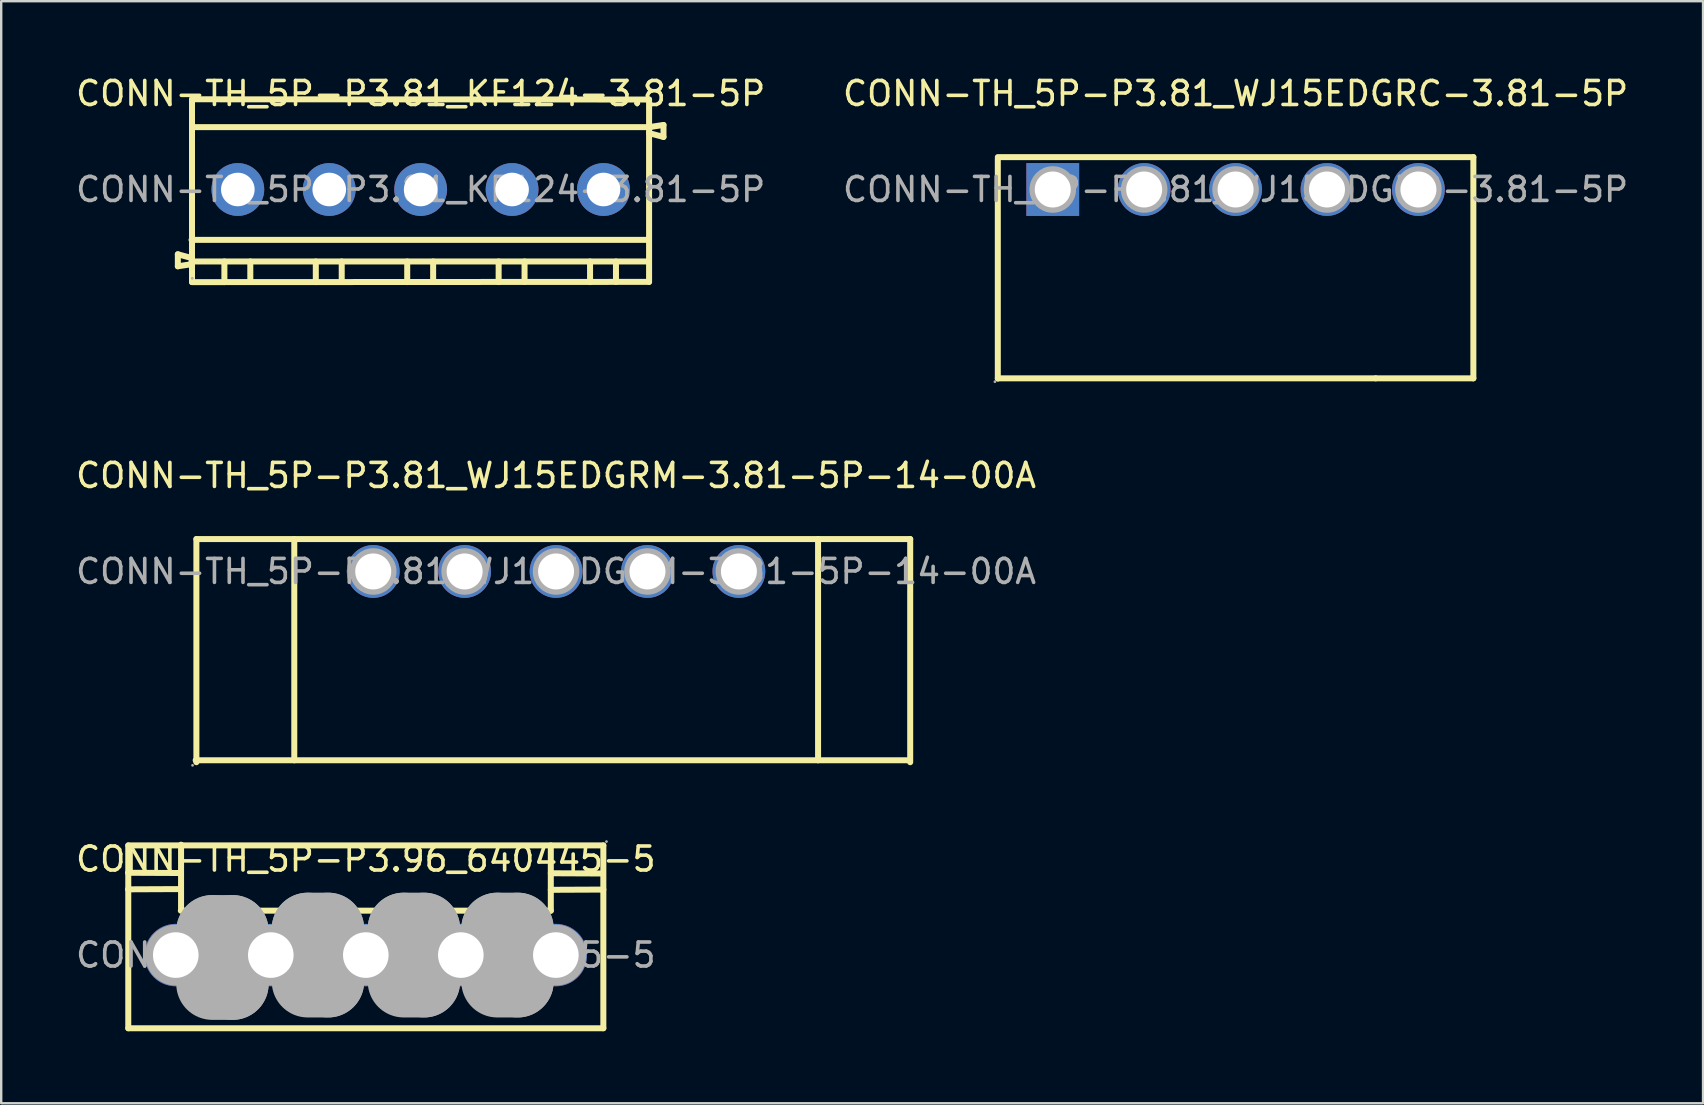
<source format=kicad_pcb>
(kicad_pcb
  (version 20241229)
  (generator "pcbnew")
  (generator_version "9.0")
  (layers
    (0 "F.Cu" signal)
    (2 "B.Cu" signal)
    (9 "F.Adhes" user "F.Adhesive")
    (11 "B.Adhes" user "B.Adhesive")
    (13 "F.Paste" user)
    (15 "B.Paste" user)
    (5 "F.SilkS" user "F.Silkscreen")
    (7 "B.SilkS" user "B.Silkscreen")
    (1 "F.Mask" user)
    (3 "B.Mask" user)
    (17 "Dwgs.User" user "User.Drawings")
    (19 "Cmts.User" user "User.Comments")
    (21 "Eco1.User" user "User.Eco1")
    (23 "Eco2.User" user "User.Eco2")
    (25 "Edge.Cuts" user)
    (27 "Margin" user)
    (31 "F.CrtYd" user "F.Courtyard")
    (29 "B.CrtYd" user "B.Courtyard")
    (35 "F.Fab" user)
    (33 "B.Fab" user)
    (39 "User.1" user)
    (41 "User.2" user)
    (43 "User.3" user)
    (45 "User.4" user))
  (footprint "CONN-TH_5P-P3.96_640445-5"
    (layer "F.Cu")
    (at 12.196 36.755)
    (property "Reference" "CONN-TH_5P-P3.96_640445-5" (at 0 -4 0) (layer "F.SilkS") (effects (font (size 1 1) (thickness 0.15))))
    (attr through_hole)
    (fp_line (start -9.91 -3.43) (end -7.74 -3.42) (stroke (width 0.25) (type solid)) (layer "F.SilkS"))
    (fp_line (start -9.91 -2.74) (end -7.75 -2.75) (stroke (width 0.25) (type solid)) (layer "F.SilkS"))
    (fp_line (start -9.9 -4.57) (end -9.9 3.05) (stroke (width 0.25) (type solid)) (layer "F.SilkS"))
    (fp_line (start -9.9 -4.57) (end 9.9 -4.57) (stroke (width 0.25) (type solid)) (layer "F.SilkS"))
    (fp_line (start -9.9 3.05) (end 9.9 3.05) (stroke (width 0.25) (type solid)) (layer "F.SilkS"))
    (fp_line (start -7.71 -1.85) (end 7.71 -1.85) (stroke (width 0.25) (type solid)) (layer "F.SilkS"))
    (fp_line (start -7.7 -4.6) (end -7.7 -1.88) (stroke (width 0.25) (type solid)) (layer "F.SilkS"))
    (fp_line (start 7.71 -3.41) (end 9.88 -3.4) (stroke (width 0.25) (type solid)) (layer "F.SilkS"))
    (fp_line (start 7.71 -2.72) (end 9.9 -2.73) (stroke (width 0.25) (type solid)) (layer "F.SilkS"))
    (fp_line (start 7.71 -1.85) (end 7.71 -4.57) (stroke (width 0.25) (type solid)) (layer "F.SilkS"))
    (fp_line (start 9.9 -4.57) (end 9.9 3.05) (stroke (width 0.25) (type solid)) (layer "F.SilkS"))
    (fp_line (start -6.4 -1) (end -6.4 -1) (stroke (width 3) (type solid)) (layer "F.Fab"))
    (fp_line (start -6.4 -1) (end -5.55 -1) (stroke (width 3) (type solid)) (layer "F.Fab"))
    (fp_line (start -5.55 -1) (end -5.55 1.2) (stroke (width 3) (type solid)) (layer "F.Fab"))
    (fp_line (start -5.55 1.2) (end -6.4 1.2) (stroke (width 3) (type solid)) (layer "F.Fab"))
    (fp_line (start -2.42 -1.1) (end -2.42 -1.1) (stroke (width 3) (type solid)) (layer "F.Fab"))
    (fp_line (start -2.42 -1.1) (end -1.57 -1.1) (stroke (width 3) (type solid)) (layer "F.Fab"))
    (fp_line (start -1.57 -1.1) (end -1.57 1.1) (stroke (width 3) (type solid)) (layer "F.Fab"))
    (fp_line (start -1.57 1.1) (end -2.42 1.1) (stroke (width 3) (type solid)) (layer "F.Fab"))
    (fp_line (start 1.58 -1.1) (end 1.58 -1.1) (stroke (width 3) (type solid)) (layer "F.Fab"))
    (fp_line (start 1.58 -1.1) (end 2.43 -1.1) (stroke (width 3) (type solid)) (layer "F.Fab"))
    (fp_line (start 2.43 -1.1) (end 2.43 1.1) (stroke (width 3) (type solid)) (layer "F.Fab"))
    (fp_line (start 2.43 1.1) (end 1.58 1.1) (stroke (width 3) (type solid)) (layer "F.Fab"))
    (fp_line (start 5.48 -1.1) (end 5.48 -1.1) (stroke (width 3) (type solid)) (layer "F.Fab"))
    (fp_line (start 5.48 -1.1) (end 6.33 -1.1) (stroke (width 3) (type solid)) (layer "F.Fab"))
    (fp_line (start 6.33 -1.1) (end 6.33 1.1) (stroke (width 3) (type solid)) (layer "F.Fab"))
    (fp_line (start 6.33 1.1) (end 5.48 1.1) (stroke (width 3) (type solid)) (layer "F.Fab"))
    (fp_circle (center -7.92 0) (end -7.5 0) (stroke (width 0.85) (type solid)) (fill no) (layer "F.Fab"))
    (fp_circle (center -3.96 0) (end -3.54 0) (stroke (width 0.85) (type solid)) (fill no) (layer "F.Fab"))
    (fp_circle (center 0 0) (end 0.42 0) (stroke (width 0.85) (type solid)) (fill no) (layer "F.Fab"))
    (fp_circle (center 3.96 0) (end 4.38 0) (stroke (width 0.85) (type solid)) (fill no) (layer "F.Fab"))
    (fp_circle (center 7.92 0) (end 8.34 0) (stroke (width 0.85) (type solid)) (fill no) (layer "F.Fab"))
    (fp_circle (center 10.03 -4.73) (end 10.06 -4.73) (stroke (width 0.06) (type solid)) (fill no) (layer "F.Fab"))
    (fp_text user "${REFERENCE}" (at 0 0 0) (layer "F.Fab") (effects (font (size 1 1) (thickness 0.15))))
    (pad "1" thru_hole circle (at 7.92 0 180) (size 2.6 2.6) (drill 1.9) (layers "*.Cu" "*.Paste" "*.Mask"))
    (pad "2" thru_hole circle (at 3.96 0 180) (size 2.6 2.6) (drill 1.9) (layers "*.Cu" "*.Paste" "*.Mask"))
    (pad "3" thru_hole circle (at 0 0) (size 2.6 2.6) (drill 1.9) (layers "*.Cu" "*.Paste" "*.Mask"))
    (pad "4" thru_hole circle (at -3.96 0) (size 2.6 2.6) (drill 1.9) (layers "*.Cu" "*.Paste" "*.Mask"))
    (pad "5" thru_hole circle (at -7.92 0) (size 2.6 2.6) (drill 1.9) (layers "*.Cu" "*.Paste" "*.Mask")))
  (footprint "CONN-TH_5P-P3.81_WJ15EDGRC-3.81-5P"
    (layer "F.Cu")
    (at 48.446 4.848)
    (property "Reference" "CONN-TH_5P-P3.81_WJ15EDGRC-3.81-5P" (at 0 -4 0) (layer "F.SilkS") (effects (font (size 1 1) (thickness 0.15))))
    (attr through_hole)
    (fp_line (start -9.91 -1.35) (end 9.91 -1.35) (stroke (width 0.25) (type solid)) (layer "F.SilkS"))
    (fp_line (start -9.91 -1.27) (end -9.91 7.88) (stroke (width 0.25) (type solid)) (layer "F.SilkS"))
    (fp_line (start -9.91 7.87) (end 5.84 7.87) (stroke (width 0.25) (type solid)) (layer "F.SilkS"))
    (fp_line (start 9.91 -1.35) (end 9.91 7.87) (stroke (width 0.25) (type solid)) (layer "F.SilkS"))
    (fp_line (start 9.91 7.87) (end 5.84 7.87) (stroke (width 0.25) (type solid)) (layer "F.SilkS"))
    (fp_circle (center -10.03 8.01) (end -10 8.01) (stroke (width 0.06) (type solid)) (fill no) (layer "F.Fab"))
    (fp_circle (center -7.62 0) (end -7.3 0) (stroke (width 0.65) (type solid)) (fill no) (layer "F.Fab"))
    (fp_circle (center -3.81 0) (end -3.49 0) (stroke (width 0.65) (type solid)) (fill no) (layer "F.Fab"))
    (fp_circle (center 0 0) (end 0.32 0) (stroke (width 0.65) (type solid)) (fill no) (layer "F.Fab"))
    (fp_circle (center 3.81 0) (end 4.13 0) (stroke (width 0.65) (type solid)) (fill no) (layer "F.Fab"))
    (fp_circle (center 7.62 0) (end 7.94 0) (stroke (width 0.65) (type solid)) (fill no) (layer "F.Fab"))
    (fp_text user "${REFERENCE}" (at 0 0 0) (layer "F.Fab") (effects (font (size 1 1) (thickness 0.15))))
    (pad "1" thru_hole rect (at -7.62 0) (size 2.2 2.2) (drill 1.5) (layers "*.Cu" "*.Paste" "*.Mask"))
    (pad "2" thru_hole circle (at -3.81 0) (size 2.2 2.2) (drill 1.5) (layers "*.Cu" "*.Paste" "*.Mask"))
    (pad "3" thru_hole circle (at 0 0) (size 2.2 2.2) (drill 1.5) (layers "*.Cu" "*.Paste" "*.Mask"))
    (pad "4" thru_hole circle (at 3.81 0) (size 2.2 2.2) (drill 1.5) (layers "*.Cu" "*.Paste" "*.Mask"))
    (pad "5" thru_hole circle (at 7.62 0) (size 2.2 2.2) (drill 1.5) (layers "*.Cu" "*.Paste" "*.Mask")))
  (footprint "CONN-TH_5P-P3.81_WJ15EDGRM-3.81-5P-14-00A"
    (layer "F.Cu")
    (at 20.125 20.767)
    (property "Reference" "CONN-TH_5P-P3.81_WJ15EDGRM-3.81-5P-14-00A" (at 0 -4 0) (layer "F.SilkS") (effects (font (size 1 1) (thickness 0.15))))
    (attr through_hole)
    (fp_line (start -15.02 7.87) (end 14.73 7.87) (stroke (width 0.25) (type solid)) (layer "F.SilkS"))
    (fp_line (start -14.99 -1.35) (end -14.99 7.95) (stroke (width 0.25) (type solid)) (layer "F.SilkS"))
    (fp_line (start -14.99 -1.35) (end 14.76 -1.35) (stroke (width 0.25) (type solid)) (layer "F.SilkS"))
    (fp_line (start -10.91 -1.35) (end -10.91 7.87) (stroke (width 0.25) (type solid)) (layer "F.SilkS"))
    (fp_line (start 10.92 -1.35) (end 10.92 7.87) (stroke (width 0.25) (type solid)) (layer "F.SilkS"))
    (fp_line (start 14.76 -1.35) (end 14.76 7.95) (stroke (width 0.25) (type solid)) (layer "F.SilkS"))
    (fp_circle (center -15.15 8.08) (end -15.12 8.08) (stroke (width 0.06) (type solid)) (fill no) (layer "F.Fab"))
    (fp_circle (center -7.62 0) (end -7.3 0) (stroke (width 0.65) (type solid)) (fill no) (layer "F.Fab"))
    (fp_circle (center -3.81 0) (end -3.49 0) (stroke (width 0.65) (type solid)) (fill no) (layer "F.Fab"))
    (fp_circle (center 0 0) (end 0.32 0) (stroke (width 0.65) (type solid)) (fill no) (layer "F.Fab"))
    (fp_circle (center 3.81 0) (end 4.13 0) (stroke (width 0.65) (type solid)) (fill no) (layer "F.Fab"))
    (fp_circle (center 7.62 0) (end 7.94 0) (stroke (width 0.65) (type solid)) (fill no) (layer "F.Fab"))
    (fp_text user "${REFERENCE}" (at 0 0 0) (layer "F.Fab") (effects (font (size 1 1) (thickness 0.15))))
    (pad "1" thru_hole circle (at -7.62 0) (size 2.2 2.2) (drill 1.5) (layers "*.Cu" "*.Paste" "*.Mask"))
    (pad "2" thru_hole circle (at -3.81 0) (size 2.2 2.2) (drill 1.5) (layers "*.Cu" "*.Paste" "*.Mask"))
    (pad "3" thru_hole circle (at 0 0) (size 2.2 2.2) (drill 1.5) (layers "*.Cu" "*.Paste" "*.Mask"))
    (pad "4" thru_hole circle (at 3.81 0) (size 2.2 2.2) (drill 1.5) (layers "*.Cu" "*.Paste" "*.Mask"))
    (pad "5" thru_hole circle (at 7.62 0) (size 2.2 2.2) (drill 1.5) (layers "*.Cu" "*.Paste" "*.Mask")))
  (footprint "CONN-TH_5P-P3.81_KF124-3.81-5P"
    (layer "F.Cu")
    (at 14.482 4.848)
    (property "Reference" "CONN-TH_5P-P3.81_KF124-3.81-5P" (at 0 -4 0) (layer "F.SilkS") (effects (font (size 1 1) (thickness 0.15))))
    (attr through_hole)
    (fp_line (start -10.12 2.7) (end -10.12 3.2) (stroke (width 0.25) (type solid)) (layer "F.SilkS"))
    (fp_line (start -10.12 3.2) (end -9.53 3.11) (stroke (width 0.25) (type solid)) (layer "F.SilkS"))
    (fp_line (start -9.55 2.1) (end 9.5 2.1) (stroke (width 0.25) (type solid)) (layer "F.SilkS"))
    (fp_line (start -9.55 3) (end 9.5 3) (stroke (width 0.25) (type solid)) (layer "F.SilkS"))
    (fp_line (start -9.53 -3.76) (end -9.53 3.86) (stroke (width 0.25) (type solid)) (layer "F.SilkS"))
    (fp_line (start -9.53 -3.76) (end 9.52 -3.75) (stroke (width 0.25) (type solid)) (layer "F.SilkS"))
    (fp_line (start -9.53 2.86) (end -10.12 2.7) (stroke (width 0.25) (type solid)) (layer "F.SilkS"))
    (fp_line (start -9.53 3.86) (end 9.52 3.85) (stroke (width 0.25) (type solid)) (layer "F.SilkS"))
    (fp_line (start -8.18 3) (end -8.18 3.86) (stroke (width 0.25) (type solid)) (layer "F.SilkS"))
    (fp_line (start -7.1 3) (end -7.1 3.85) (stroke (width 0.25) (type solid)) (layer "F.SilkS"))
    (fp_line (start -4.37 3) (end -4.37 3.86) (stroke (width 0.25) (type solid)) (layer "F.SilkS"))
    (fp_line (start -3.29 3) (end -3.29 3.85) (stroke (width 0.25) (type solid)) (layer "F.SilkS"))
    (fp_line (start -0.56 3) (end -0.56 3.86) (stroke (width 0.25) (type solid)) (layer "F.SilkS"))
    (fp_line (start 0.52 3) (end 0.52 3.85) (stroke (width 0.25) (type solid)) (layer "F.SilkS"))
    (fp_line (start 3.25 3) (end 3.25 3.86) (stroke (width 0.25) (type solid)) (layer "F.SilkS"))
    (fp_line (start 4.33 3) (end 4.33 3.85) (stroke (width 0.25) (type solid)) (layer "F.SilkS"))
    (fp_line (start 7.06 3) (end 7.06 3.86) (stroke (width 0.25) (type solid)) (layer "F.SilkS"))
    (fp_line (start 8.14 3) (end 8.14 3.85) (stroke (width 0.25) (type solid)) (layer "F.SilkS"))
    (fp_line (start 9.52 -2.35) (end 10.12 -2.19) (stroke (width 0.25) (type solid)) (layer "F.SilkS"))
    (fp_line (start 9.52 3.85) (end 9.52 -3.75) (stroke (width 0.25) (type solid)) (layer "F.SilkS"))
    (fp_line (start 9.58 -2.6) (end -9.47 -2.6) (stroke (width 0.25) (type solid)) (layer "F.SilkS"))
    (fp_line (start 10.12 -2.69) (end 9.52 -2.6) (stroke (width 0.25) (type solid)) (layer "F.SilkS"))
    (fp_line (start 10.12 -2.19) (end 10.12 -2.69) (stroke (width 0.25) (type solid)) (layer "F.SilkS"))
    (fp_circle (center -9.52 3.7) (end -9.49 3.7) (stroke (width 0.06) (type solid)) (fill no) (layer "F.Fab"))
    (fp_text user "${REFERENCE}" (at 0 0 0) (layer "F.Fab") (effects (font (size 1 1) (thickness 0.15))))
    (pad "1" thru_hole circle (at -7.62 0) (size 2.2 2.2) (drill 1.4) (layers "*.Cu" "*.Paste" "*.Mask"))
    (pad "2" thru_hole circle (at -3.81 0) (size 2.2 2.2) (drill 1.4) (layers "*.Cu" "*.Paste" "*.Mask"))
    (pad "3" thru_hole circle (at 0 0) (size 2.2 2.2) (drill 1.4) (layers "*.Cu" "*.Paste" "*.Mask"))
    (pad "4" thru_hole circle (at 3.81 0) (size 2.2 2.2) (drill 1.4) (layers "*.Cu" "*.Paste" "*.Mask"))
    (pad "5" thru_hole circle (at 7.62 0) (size 2.2 2.2) (drill 1.4) (layers "*.Cu" "*.Paste" "*.Mask")))
  (gr_rect
    (start -3 -3)
    (end 67.929 42.93)
    (stroke (width 0.1) (type default))
    (fill no)
    (layer "Edge.Cuts")))
</source>
